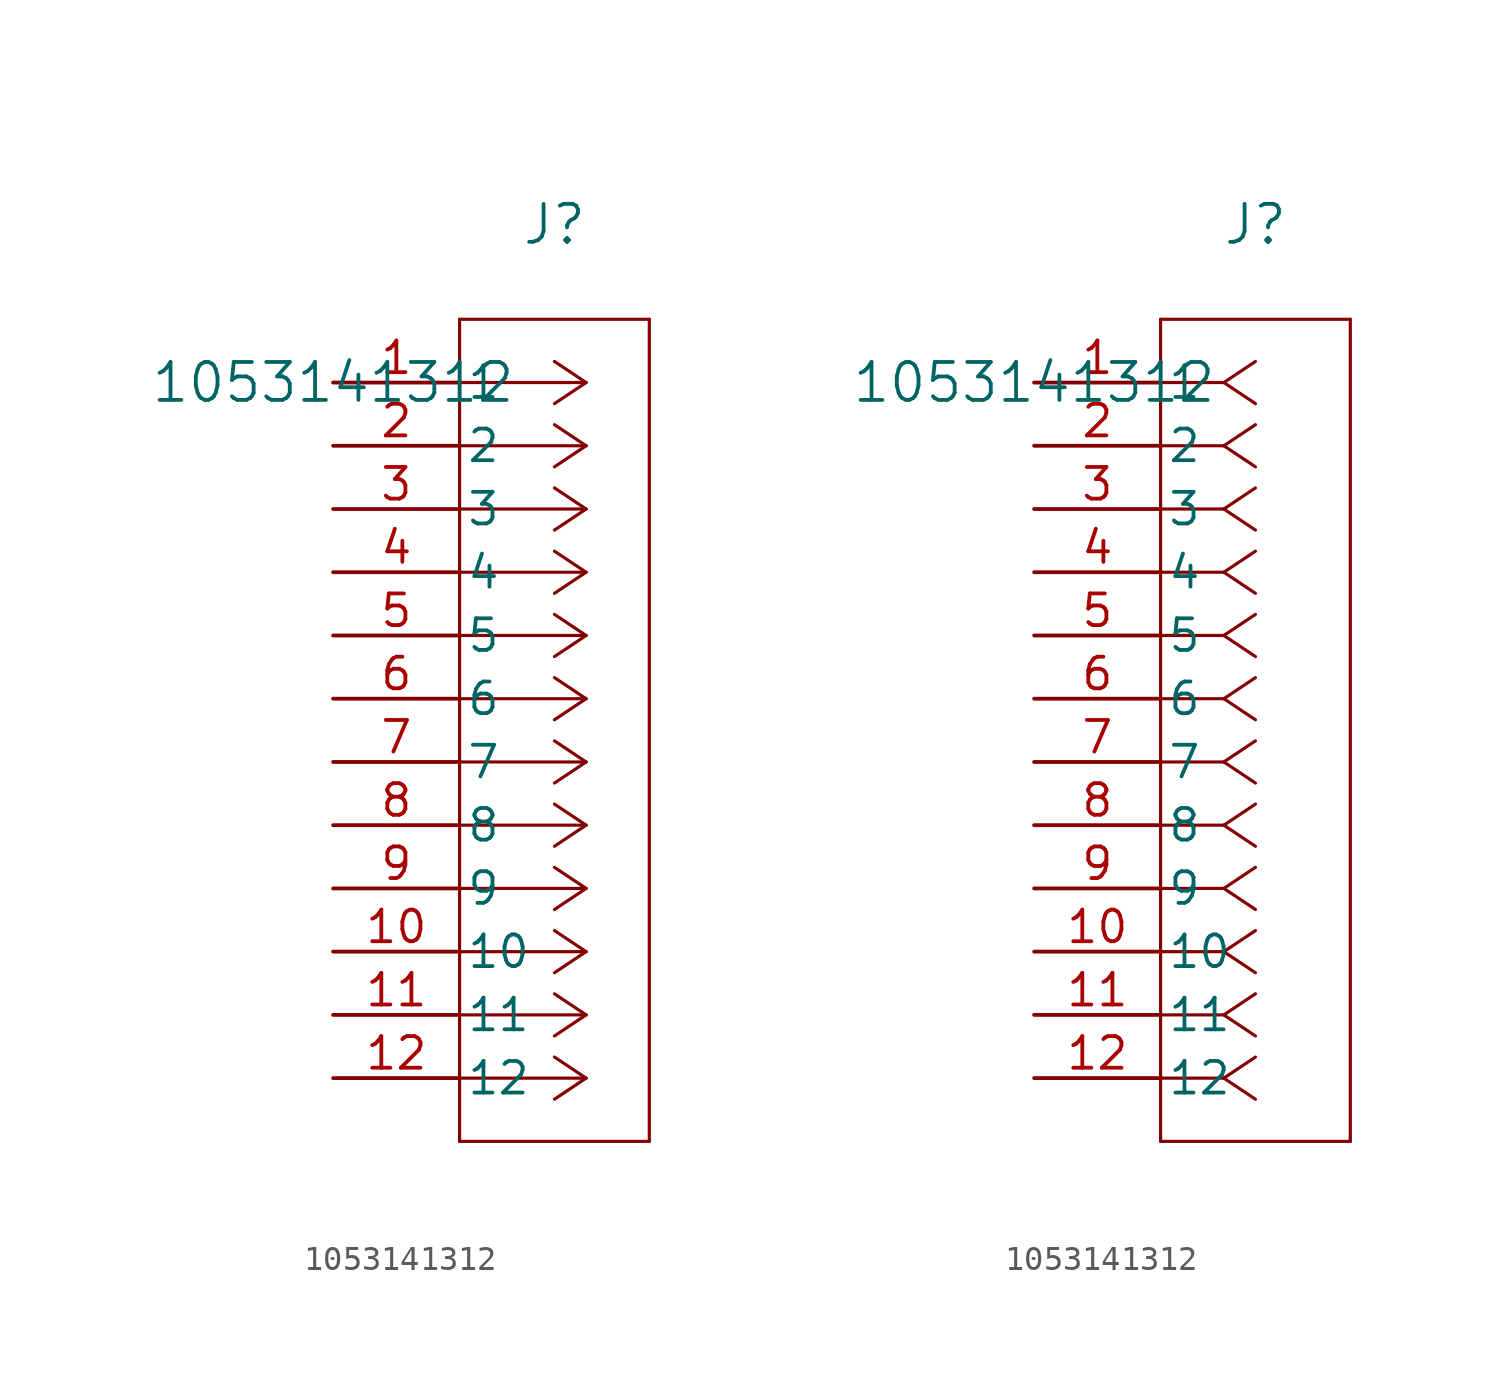
<source format=kicad_sym>
(kicad_symbol_lib
  (version 20211014)
  (generator kicad_symbol_editor)
  (symbol "1053141312"
    (pin_names
      (offset 0.254))
    (property "Reference" "J"
      (at 8.89 6.35 0)
      (effects (font (size 1.524 1.524))))
    (property "Value" "1053141312"
      (at 0 0 0)
      (effects (font (size 1.524 1.524))))
    (symbol "1053141312_1_1"
      (polyline (pts (xy 10.16 0) (xy 5.08 0)) (stroke (width 0.127) (type default) (color 0 0 0 0)) (fill (type none)))
      (polyline (pts (xy 10.16 -2.54) (xy 5.08 -2.54)) (stroke (width 0.127) (type default) (color 0 0 0 0)) (fill (type none)))
      (polyline (pts (xy 10.16 -5.08) (xy 5.08 -5.08)) (stroke (width 0.127) (type default) (color 0 0 0 0)) (fill (type none)))
      (polyline (pts (xy 10.16 -7.62) (xy 5.08 -7.62)) (stroke (width 0.127) (type default) (color 0 0 0 0)) (fill (type none)))
      (polyline (pts (xy 10.16 -10.16) (xy 5.08 -10.16)) (stroke (width 0.127) (type default) (color 0 0 0 0)) (fill (type none)))
      (polyline (pts (xy 10.16 -12.7) (xy 5.08 -12.7)) (stroke (width 0.127) (type default) (color 0 0 0 0)) (fill (type none)))
      (polyline (pts (xy 10.16 -15.24) (xy 5.08 -15.24)) (stroke (width 0.127) (type default) (color 0 0 0 0)) (fill (type none)))
      (polyline (pts (xy 10.16 -17.78) (xy 5.08 -17.78)) (stroke (width 0.127) (type default) (color 0 0 0 0)) (fill (type none)))
      (polyline (pts (xy 10.16 -20.32) (xy 5.08 -20.32)) (stroke (width 0.127) (type default) (color 0 0 0 0)) (fill (type none)))
      (polyline (pts (xy 10.16 -22.86) (xy 5.08 -22.86)) (stroke (width 0.127) (type default) (color 0 0 0 0)) (fill (type none)))
      (polyline (pts (xy 10.16 -25.4) (xy 5.08 -25.4)) (stroke (width 0.127) (type default) (color 0 0 0 0)) (fill (type none)))
      (polyline (pts (xy 10.16 -27.94) (xy 5.08 -27.94)) (stroke (width 0.127) (type default) (color 0 0 0 0)) (fill (type none)))
      (polyline (pts (xy 10.16 0) (xy 8.89 0.847)) (stroke (width 0.127) (type default) (color 0 0 0 0)) (fill (type none)))
      (polyline (pts (xy 10.16 -2.54) (xy 8.89 -1.693)) (stroke (width 0.127) (type default) (color 0 0 0 0)) (fill (type none)))
      (polyline (pts (xy 10.16 -5.08) (xy 8.89 -4.233)) (stroke (width 0.127) (type default) (color 0 0 0 0)) (fill (type none)))
      (polyline (pts (xy 10.16 -7.62) (xy 8.89 -6.773)) (stroke (width 0.127) (type default) (color 0 0 0 0)) (fill (type none)))
      (polyline (pts (xy 10.16 -10.16) (xy 8.89 -9.313)) (stroke (width 0.127) (type default) (color 0 0 0 0)) (fill (type none)))
      (polyline (pts (xy 10.16 -12.7) (xy 8.89 -11.853)) (stroke (width 0.127) (type default) (color 0 0 0 0)) (fill (type none)))
      (polyline (pts (xy 10.16 -15.24) (xy 8.89 -14.393)) (stroke (width 0.127) (type default) (color 0 0 0 0)) (fill (type none)))
      (polyline (pts (xy 10.16 -17.78) (xy 8.89 -16.933)) (stroke (width 0.127) (type default) (color 0 0 0 0)) (fill (type none)))
      (polyline (pts (xy 10.16 -20.32) (xy 8.89 -19.473)) (stroke (width 0.127) (type default) (color 0 0 0 0)) (fill (type none)))
      (polyline (pts (xy 10.16 -22.86) (xy 8.89 -22.013)) (stroke (width 0.127) (type default) (color 0 0 0 0)) (fill (type none)))
      (polyline (pts (xy 10.16 -25.4) (xy 8.89 -24.553)) (stroke (width 0.127) (type default) (color 0 0 0 0)) (fill (type none)))
      (polyline (pts (xy 10.16 -27.94) (xy 8.89 -27.093)) (stroke (width 0.127) (type default) (color 0 0 0 0)) (fill (type none)))
      (polyline (pts (xy 10.16 0) (xy 8.89 -0.847)) (stroke (width 0.127) (type default) (color 0 0 0 0)) (fill (type none)))
      (polyline (pts (xy 10.16 -2.54) (xy 8.89 -3.387)) (stroke (width 0.127) (type default) (color 0 0 0 0)) (fill (type none)))
      (polyline (pts (xy 10.16 -5.08) (xy 8.89 -5.927)) (stroke (width 0.127) (type default) (color 0 0 0 0)) (fill (type none)))
      (polyline (pts (xy 10.16 -7.62) (xy 8.89 -8.467)) (stroke (width 0.127) (type default) (color 0 0 0 0)) (fill (type none)))
      (polyline (pts (xy 10.16 -10.16) (xy 8.89 -11.007)) (stroke (width 0.127) (type default) (color 0 0 0 0)) (fill (type none)))
      (polyline (pts (xy 10.16 -12.7) (xy 8.89 -13.547)) (stroke (width 0.127) (type default) (color 0 0 0 0)) (fill (type none)))
      (polyline (pts (xy 10.16 -15.24) (xy 8.89 -16.087)) (stroke (width 0.127) (type default) (color 0 0 0 0)) (fill (type none)))
      (polyline (pts (xy 10.16 -17.78) (xy 8.89 -18.627)) (stroke (width 0.127) (type default) (color 0 0 0 0)) (fill (type none)))
      (polyline (pts (xy 10.16 -20.32) (xy 8.89 -21.167)) (stroke (width 0.127) (type default) (color 0 0 0 0)) (fill (type none)))
      (polyline (pts (xy 10.16 -22.86) (xy 8.89 -23.707)) (stroke (width 0.127) (type default) (color 0 0 0 0)) (fill (type none)))
      (polyline (pts (xy 10.16 -25.4) (xy 8.89 -26.247)) (stroke (width 0.127) (type default) (color 0 0 0 0)) (fill (type none)))
      (polyline (pts (xy 10.16 -27.94) (xy 8.89 -28.787)) (stroke (width 0.127) (type default) (color 0 0 0 0)) (fill (type none)))
      (polyline (pts (xy 5.08 2.54) (xy 5.08 -30.48)) (stroke (width 0.127) (type default) (color 0 0 0 0)) (fill (type none)))
      (polyline (pts (xy 5.08 -30.48) (xy 12.7 -30.48)) (stroke (width 0.127) (type default) (color 0 0 0 0)) (fill (type none)))
      (polyline (pts (xy 12.7 -30.48) (xy 12.7 2.54)) (stroke (width 0.127) (type default) (color 0 0 0 0)) (fill (type none)))
      (polyline (pts (xy 12.7 2.54) (xy 5.08 2.54)) (stroke (width 0.127) (type default) (color 0 0 0 0)) (fill (type none)))
      (pin unspecified line (at 0 0 0) (length 5.08) (name "1" (effects (font (size 1.27 1.27)))) (number "1" (effects (font (size 1.27 1.27)))))
      (pin unspecified line (at 0 -2.54 0) (length 5.08) (name "2" (effects (font (size 1.27 1.27)))) (number "2" (effects (font (size 1.27 1.27)))))
      (pin unspecified line (at 0 -5.08 0) (length 5.08) (name "3" (effects (font (size 1.27 1.27)))) (number "3" (effects (font (size 1.27 1.27)))))
      (pin unspecified line (at 0 -7.62 0) (length 5.08) (name "4" (effects (font (size 1.27 1.27)))) (number "4" (effects (font (size 1.27 1.27)))))
      (pin unspecified line (at 0 -10.16 0) (length 5.08) (name "5" (effects (font (size 1.27 1.27)))) (number "5" (effects (font (size 1.27 1.27)))))
      (pin unspecified line (at 0 -12.7 0) (length 5.08) (name "6" (effects (font (size 1.27 1.27)))) (number "6" (effects (font (size 1.27 1.27)))))
      (pin unspecified line (at 0 -15.24 0) (length 5.08) (name "7" (effects (font (size 1.27 1.27)))) (number "7" (effects (font (size 1.27 1.27)))))
      (pin unspecified line (at 0 -17.78 0) (length 5.08) (name "8" (effects (font (size 1.27 1.27)))) (number "8" (effects (font (size 1.27 1.27)))))
      (pin unspecified line (at 0 -20.32 0) (length 5.08) (name "9" (effects (font (size 1.27 1.27)))) (number "9" (effects (font (size 1.27 1.27)))))
      (pin unspecified line (at 0 -22.86 0) (length 5.08) (name "10" (effects (font (size 1.27 1.27)))) (number "10" (effects (font (size 1.27 1.27)))))
      (pin unspecified line (at 0 -25.4 0) (length 5.08) (name "11" (effects (font (size 1.27 1.27)))) (number "11" (effects (font (size 1.27 1.27)))))
      (pin unspecified line (at 0 -27.94 0) (length 5.08) (name "12" (effects (font (size 1.27 1.27)))) (number "12" (effects (font (size 1.27 1.27))))))
    (symbol "1053141312_1_2"
      (polyline (pts (xy 7.62 0) (xy 5.08 0)) (stroke (width 0.127) (type default) (color 0 0 0 0)) (fill (type none)))
      (polyline (pts (xy 7.62 -2.54) (xy 5.08 -2.54)) (stroke (width 0.127) (type default) (color 0 0 0 0)) (fill (type none)))
      (polyline (pts (xy 7.62 -5.08) (xy 5.08 -5.08)) (stroke (width 0.127) (type default) (color 0 0 0 0)) (fill (type none)))
      (polyline (pts (xy 7.62 -7.62) (xy 5.08 -7.62)) (stroke (width 0.127) (type default) (color 0 0 0 0)) (fill (type none)))
      (polyline (pts (xy 7.62 -10.16) (xy 5.08 -10.16)) (stroke (width 0.127) (type default) (color 0 0 0 0)) (fill (type none)))
      (polyline (pts (xy 7.62 -12.7) (xy 5.08 -12.7)) (stroke (width 0.127) (type default) (color 0 0 0 0)) (fill (type none)))
      (polyline (pts (xy 7.62 -15.24) (xy 5.08 -15.24)) (stroke (width 0.127) (type default) (color 0 0 0 0)) (fill (type none)))
      (polyline (pts (xy 7.62 -17.78) (xy 5.08 -17.78)) (stroke (width 0.127) (type default) (color 0 0 0 0)) (fill (type none)))
      (polyline (pts (xy 7.62 -20.32) (xy 5.08 -20.32)) (stroke (width 0.127) (type default) (color 0 0 0 0)) (fill (type none)))
      (polyline (pts (xy 7.62 -22.86) (xy 5.08 -22.86)) (stroke (width 0.127) (type default) (color 0 0 0 0)) (fill (type none)))
      (polyline (pts (xy 7.62 -25.4) (xy 5.08 -25.4)) (stroke (width 0.127) (type default) (color 0 0 0 0)) (fill (type none)))
      (polyline (pts (xy 7.62 -27.94) (xy 5.08 -27.94)) (stroke (width 0.127) (type default) (color 0 0 0 0)) (fill (type none)))
      (polyline (pts (xy 7.62 0) (xy 8.89 0.847)) (stroke (width 0.127) (type default) (color 0 0 0 0)) (fill (type none)))
      (polyline (pts (xy 7.62 -2.54) (xy 8.89 -1.693)) (stroke (width 0.127) (type default) (color 0 0 0 0)) (fill (type none)))
      (polyline (pts (xy 7.62 -5.08) (xy 8.89 -4.233)) (stroke (width 0.127) (type default) (color 0 0 0 0)) (fill (type none)))
      (polyline (pts (xy 7.62 -7.62) (xy 8.89 -6.773)) (stroke (width 0.127) (type default) (color 0 0 0 0)) (fill (type none)))
      (polyline (pts (xy 7.62 -10.16) (xy 8.89 -9.313)) (stroke (width 0.127) (type default) (color 0 0 0 0)) (fill (type none)))
      (polyline (pts (xy 7.62 -12.7) (xy 8.89 -11.853)) (stroke (width 0.127) (type default) (color 0 0 0 0)) (fill (type none)))
      (polyline (pts (xy 7.62 -15.24) (xy 8.89 -14.393)) (stroke (width 0.127) (type default) (color 0 0 0 0)) (fill (type none)))
      (polyline (pts (xy 7.62 -17.78) (xy 8.89 -16.933)) (stroke (width 0.127) (type default) (color 0 0 0 0)) (fill (type none)))
      (polyline (pts (xy 7.62 -20.32) (xy 8.89 -19.473)) (stroke (width 0.127) (type default) (color 0 0 0 0)) (fill (type none)))
      (polyline (pts (xy 7.62 -22.86) (xy 8.89 -22.013)) (stroke (width 0.127) (type default) (color 0 0 0 0)) (fill (type none)))
      (polyline (pts (xy 7.62 -25.4) (xy 8.89 -24.553)) (stroke (width 0.127) (type default) (color 0 0 0 0)) (fill (type none)))
      (polyline (pts (xy 7.62 -27.94) (xy 8.89 -27.093)) (stroke (width 0.127) (type default) (color 0 0 0 0)) (fill (type none)))
      (polyline (pts (xy 7.62 0) (xy 8.89 -0.847)) (stroke (width 0.127) (type default) (color 0 0 0 0)) (fill (type none)))
      (polyline (pts (xy 7.62 -2.54) (xy 8.89 -3.387)) (stroke (width 0.127) (type default) (color 0 0 0 0)) (fill (type none)))
      (polyline (pts (xy 7.62 -5.08) (xy 8.89 -5.927)) (stroke (width 0.127) (type default) (color 0 0 0 0)) (fill (type none)))
      (polyline (pts (xy 7.62 -7.62) (xy 8.89 -8.467)) (stroke (width 0.127) (type default) (color 0 0 0 0)) (fill (type none)))
      (polyline (pts (xy 7.62 -10.16) (xy 8.89 -11.007)) (stroke (width 0.127) (type default) (color 0 0 0 0)) (fill (type none)))
      (polyline (pts (xy 7.62 -12.7) (xy 8.89 -13.547)) (stroke (width 0.127) (type default) (color 0 0 0 0)) (fill (type none)))
      (polyline (pts (xy 7.62 -15.24) (xy 8.89 -16.087)) (stroke (width 0.127) (type default) (color 0 0 0 0)) (fill (type none)))
      (polyline (pts (xy 7.62 -17.78) (xy 8.89 -18.627)) (stroke (width 0.127) (type default) (color 0 0 0 0)) (fill (type none)))
      (polyline (pts (xy 7.62 -20.32) (xy 8.89 -21.167)) (stroke (width 0.127) (type default) (color 0 0 0 0)) (fill (type none)))
      (polyline (pts (xy 7.62 -22.86) (xy 8.89 -23.707)) (stroke (width 0.127) (type default) (color 0 0 0 0)) (fill (type none)))
      (polyline (pts (xy 7.62 -25.4) (xy 8.89 -26.247)) (stroke (width 0.127) (type default) (color 0 0 0 0)) (fill (type none)))
      (polyline (pts (xy 7.62 -27.94) (xy 8.89 -28.787)) (stroke (width 0.127) (type default) (color 0 0 0 0)) (fill (type none)))
      (polyline (pts (xy 5.08 2.54) (xy 5.08 -30.48)) (stroke (width 0.127) (type default) (color 0 0 0 0)) (fill (type none)))
      (polyline (pts (xy 5.08 -30.48) (xy 12.7 -30.48)) (stroke (width 0.127) (type default) (color 0 0 0 0)) (fill (type none)))
      (polyline (pts (xy 12.7 -30.48) (xy 12.7 2.54)) (stroke (width 0.127) (type default) (color 0 0 0 0)) (fill (type none)))
      (polyline (pts (xy 12.7 2.54) (xy 5.08 2.54)) (stroke (width 0.127) (type default) (color 0 0 0 0)) (fill (type none)))
      (pin unspecified line (at 0 0 0) (length 5.08) (name "1" (effects (font (size 1.27 1.27)))) (number "1" (effects (font (size 1.27 1.27)))))
      (pin unspecified line (at 0 -2.54 0) (length 5.08) (name "2" (effects (font (size 1.27 1.27)))) (number "2" (effects (font (size 1.27 1.27)))))
      (pin unspecified line (at 0 -5.08 0) (length 5.08) (name "3" (effects (font (size 1.27 1.27)))) (number "3" (effects (font (size 1.27 1.27)))))
      (pin unspecified line (at 0 -7.62 0) (length 5.08) (name "4" (effects (font (size 1.27 1.27)))) (number "4" (effects (font (size 1.27 1.27)))))
      (pin unspecified line (at 0 -10.16 0) (length 5.08) (name "5" (effects (font (size 1.27 1.27)))) (number "5" (effects (font (size 1.27 1.27)))))
      (pin unspecified line (at 0 -12.7 0) (length 5.08) (name "6" (effects (font (size 1.27 1.27)))) (number "6" (effects (font (size 1.27 1.27)))))
      (pin unspecified line (at 0 -15.24 0) (length 5.08) (name "7" (effects (font (size 1.27 1.27)))) (number "7" (effects (font (size 1.27 1.27)))))
      (pin unspecified line (at 0 -17.78 0) (length 5.08) (name "8" (effects (font (size 1.27 1.27)))) (number "8" (effects (font (size 1.27 1.27)))))
      (pin unspecified line (at 0 -20.32 0) (length 5.08) (name "9" (effects (font (size 1.27 1.27)))) (number "9" (effects (font (size 1.27 1.27)))))
      (pin unspecified line (at 0 -22.86 0) (length 5.08) (name "10" (effects (font (size 1.27 1.27)))) (number "10" (effects (font (size 1.27 1.27)))))
      (pin unspecified line (at 0 -25.4 0) (length 5.08) (name "11" (effects (font (size 1.27 1.27)))) (number "11" (effects (font (size 1.27 1.27)))))
      (pin unspecified line (at 0 -27.94 0) (length 5.08) (name "12" (effects (font (size 1.27 1.27)))) (number "12" (effects (font (size 1.27 1.27))))))))
</source>
